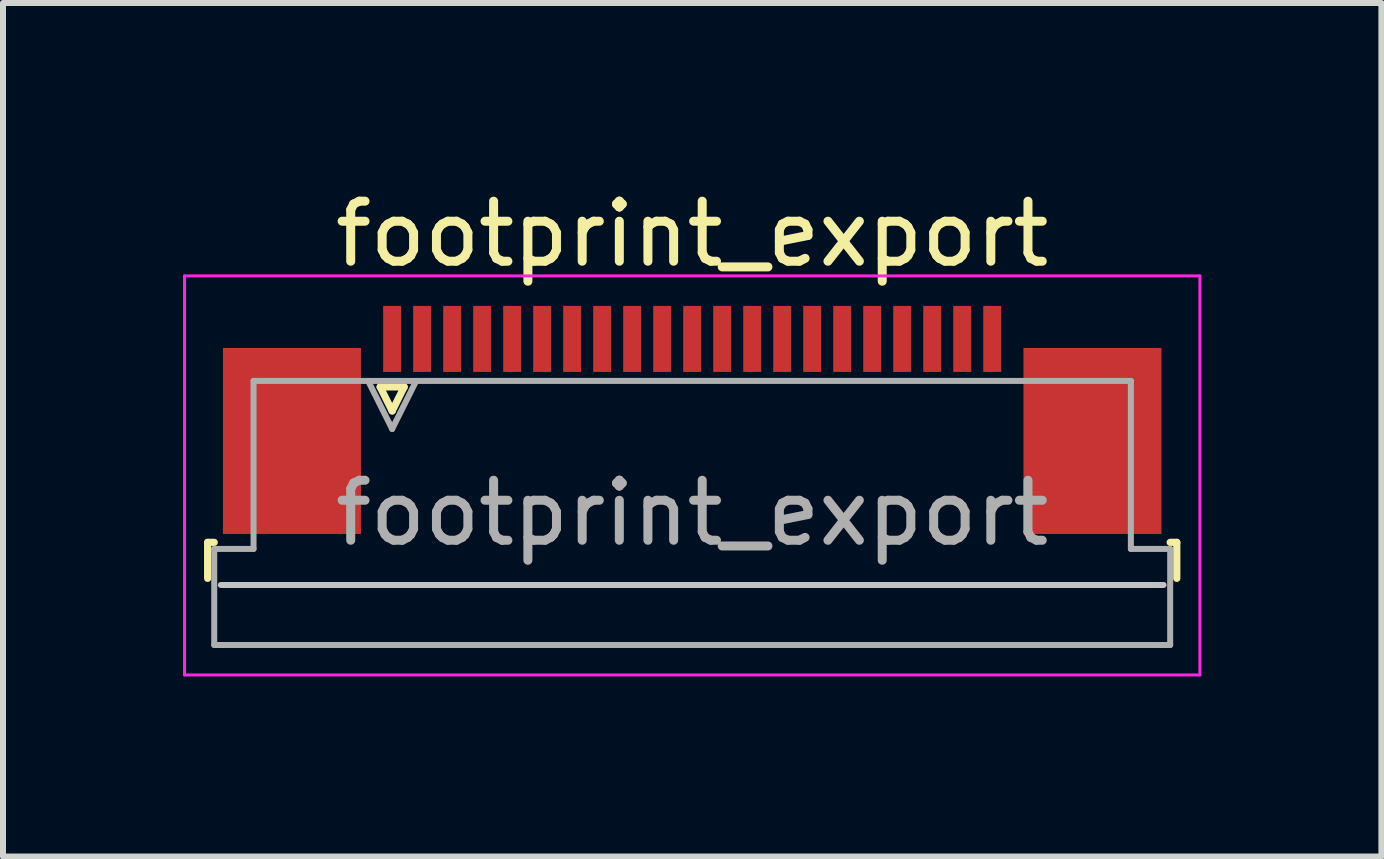
<source format=kicad_pcb>
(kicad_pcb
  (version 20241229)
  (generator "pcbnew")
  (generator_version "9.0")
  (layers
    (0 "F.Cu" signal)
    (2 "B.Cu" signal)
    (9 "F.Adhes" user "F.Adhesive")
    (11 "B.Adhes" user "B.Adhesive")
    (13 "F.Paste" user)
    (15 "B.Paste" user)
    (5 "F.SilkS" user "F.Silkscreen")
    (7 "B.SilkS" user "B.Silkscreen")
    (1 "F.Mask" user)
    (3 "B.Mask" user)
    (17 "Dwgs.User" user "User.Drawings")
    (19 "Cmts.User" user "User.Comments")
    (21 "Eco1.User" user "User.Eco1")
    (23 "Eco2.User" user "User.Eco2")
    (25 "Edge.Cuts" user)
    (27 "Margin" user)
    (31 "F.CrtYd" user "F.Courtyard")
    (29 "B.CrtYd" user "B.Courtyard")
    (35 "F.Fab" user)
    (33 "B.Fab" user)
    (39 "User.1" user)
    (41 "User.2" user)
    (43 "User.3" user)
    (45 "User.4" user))
  (footprint "footprint_export"
    (layer "F.Cu")
    (at 8.485 3.948)
    (property "Reference" "footprint_export" (at 0 -3.1 0) (layer "F.SilkS") (effects (font (size 1 1) (thickness 0.15))))
    (attr smd)
    (fp_line (start -8.075 2.04) (end -8.075 2.64) (stroke (width 0.12) (type solid)) (layer "F.SilkS"))
    (fp_line (start -7.965 2.04) (end -8.075 2.04) (stroke (width 0.12) (type solid)) (layer "F.SilkS"))
    (fp_line (start -5.2 -0.55) (end -5 -0.15) (stroke (width 0.12) (type solid)) (layer "F.SilkS"))
    (fp_line (start -5 -0.15) (end -4.8 -0.55) (stroke (width 0.12) (type solid)) (layer "F.SilkS"))
    (fp_line (start -4.8 -0.55) (end -5.2 -0.55) (stroke (width 0.12) (type solid)) (layer "F.SilkS"))
    (fp_line (start 7.965 2.04) (end 8.075 2.04) (stroke (width 0.12) (type solid)) (layer "F.SilkS"))
    (fp_line (start 8.075 2.04) (end 8.075 2.64) (stroke (width 0.12) (type solid)) (layer "F.SilkS"))
    (fp_line (start 7.855 2.75) (end -7.855 2.75) (stroke (width 0.1) (type solid)) (layer "Dwgs.User"))
    (fp_line (start -8.46 -2.4) (end -8.46 4.25) (stroke (width 0.05) (type solid)) (layer "F.CrtYd"))
    (fp_line (start -8.46 4.25) (end 8.46 4.25) (stroke (width 0.05) (type solid)) (layer "F.CrtYd"))
    (fp_line (start 8.46 -2.4) (end -8.46 -2.4) (stroke (width 0.05) (type solid)) (layer "F.CrtYd"))
    (fp_line (start 8.46 4.25) (end 8.46 -2.4) (stroke (width 0.05) (type solid)) (layer "F.CrtYd"))
    (fp_line (start -7.965 2.15) (end -7.31 2.15) (stroke (width 0.1) (type solid)) (layer "F.Fab"))
    (fp_line (start -7.965 3.75) (end -7.965 2.15) (stroke (width 0.1) (type solid)) (layer "F.Fab"))
    (fp_line (start -7.31 -0.65) (end 7.31 -0.65) (stroke (width 0.1) (type solid)) (layer "F.Fab"))
    (fp_line (start -7.31 2.15) (end -7.31 -0.65) (stroke (width 0.1) (type solid)) (layer "F.Fab"))
    (fp_line (start -5.4 -0.65) (end -5 0.15) (stroke (width 0.1) (type solid)) (layer "F.Fab"))
    (fp_line (start -5 0.15) (end -4.6 -0.65) (stroke (width 0.1) (type solid)) (layer "F.Fab"))
    (fp_line (start 7.31 -0.65) (end 7.31 2.15) (stroke (width 0.1) (type solid)) (layer "F.Fab"))
    (fp_line (start 7.31 2.15) (end 7.965 2.15) (stroke (width 0.1) (type solid)) (layer "F.Fab"))
    (fp_line (start 7.965 2.15) (end 7.965 3.75) (stroke (width 0.1) (type solid)) (layer "F.Fab"))
    (fp_line (start 7.965 3.75) (end -7.965 3.75) (stroke (width 0.1) (type solid)) (layer "F.Fab"))
    (fp_text user "${REFERENCE}" (at 0 1.55 0) (layer "F.Fab") (effects (font (size 1 1) (thickness 0.15))))
    (pad "1" smd rect (at -5 -1.35) (size 0.3 1.1) (layers "F.Cu" "F.Mask" "F.Paste"))
    (pad "2" smd rect (at -4.5 -1.35) (size 0.3 1.1) (layers "F.Cu" "F.Mask" "F.Paste"))
    (pad "3" smd rect (at -4 -1.35) (size 0.3 1.1) (layers "F.Cu" "F.Mask" "F.Paste"))
    (pad "4" smd rect (at -3.5 -1.35) (size 0.3 1.1) (layers "F.Cu" "F.Mask" "F.Paste"))
    (pad "5" smd rect (at -3 -1.35) (size 0.3 1.1) (layers "F.Cu" "F.Mask" "F.Paste"))
    (pad "6" smd rect (at -2.5 -1.35) (size 0.3 1.1) (layers "F.Cu" "F.Mask" "F.Paste"))
    (pad "7" smd rect (at -2 -1.35) (size 0.3 1.1) (layers "F.Cu" "F.Mask" "F.Paste"))
    (pad "8" smd rect (at -1.5 -1.35) (size 0.3 1.1) (layers "F.Cu" "F.Mask" "F.Paste"))
    (pad "9" smd rect (at -1 -1.35) (size 0.3 1.1) (layers "F.Cu" "F.Mask" "F.Paste"))
    (pad "10" smd rect (at -0.5 -1.35) (size 0.3 1.1) (layers "F.Cu" "F.Mask" "F.Paste"))
    (pad "11" smd rect (at 0 -1.35) (size 0.3 1.1) (layers "F.Cu" "F.Mask" "F.Paste"))
    (pad "12" smd rect (at 0.5 -1.35) (size 0.3 1.1) (layers "F.Cu" "F.Mask" "F.Paste"))
    (pad "13" smd rect (at 1 -1.35) (size 0.3 1.1) (layers "F.Cu" "F.Mask" "F.Paste"))
    (pad "14" smd rect (at 1.5 -1.35) (size 0.3 1.1) (layers "F.Cu" "F.Mask" "F.Paste"))
    (pad "15" smd rect (at 2 -1.35) (size 0.3 1.1) (layers "F.Cu" "F.Mask" "F.Paste"))
    (pad "16" smd rect (at 2.5 -1.35) (size 0.3 1.1) (layers "F.Cu" "F.Mask" "F.Paste"))
    (pad "17" smd rect (at 3 -1.35) (size 0.3 1.1) (layers "F.Cu" "F.Mask" "F.Paste"))
    (pad "18" smd rect (at 3.5 -1.35) (size 0.3 1.1) (layers "F.Cu" "F.Mask" "F.Paste"))
    (pad "19" smd rect (at 4 -1.35) (size 0.3 1.1) (layers "F.Cu" "F.Mask" "F.Paste"))
    (pad "20" smd rect (at 4.5 -1.35) (size 0.3 1.1) (layers "F.Cu" "F.Mask" "F.Paste"))
    (pad "21" smd rect (at 5 -1.35) (size 0.3 1.1) (layers "F.Cu" "F.Mask" "F.Paste"))
    (pad "MP" smd rect (at -6.67 0.35) (size 2.3 3.1) (layers "F.Cu" "F.Mask" "F.Paste"))
    (pad "MP" smd rect (at 6.67 0.35) (size 2.3 3.1) (layers "F.Cu" "F.Mask" "F.Paste")))
  (gr_rect
    (start -3 -3)
    (end 19.97 11.223)
    (stroke (width 0.1) (type default))
    (fill no)
    (layer "Edge.Cuts")))
</source>
